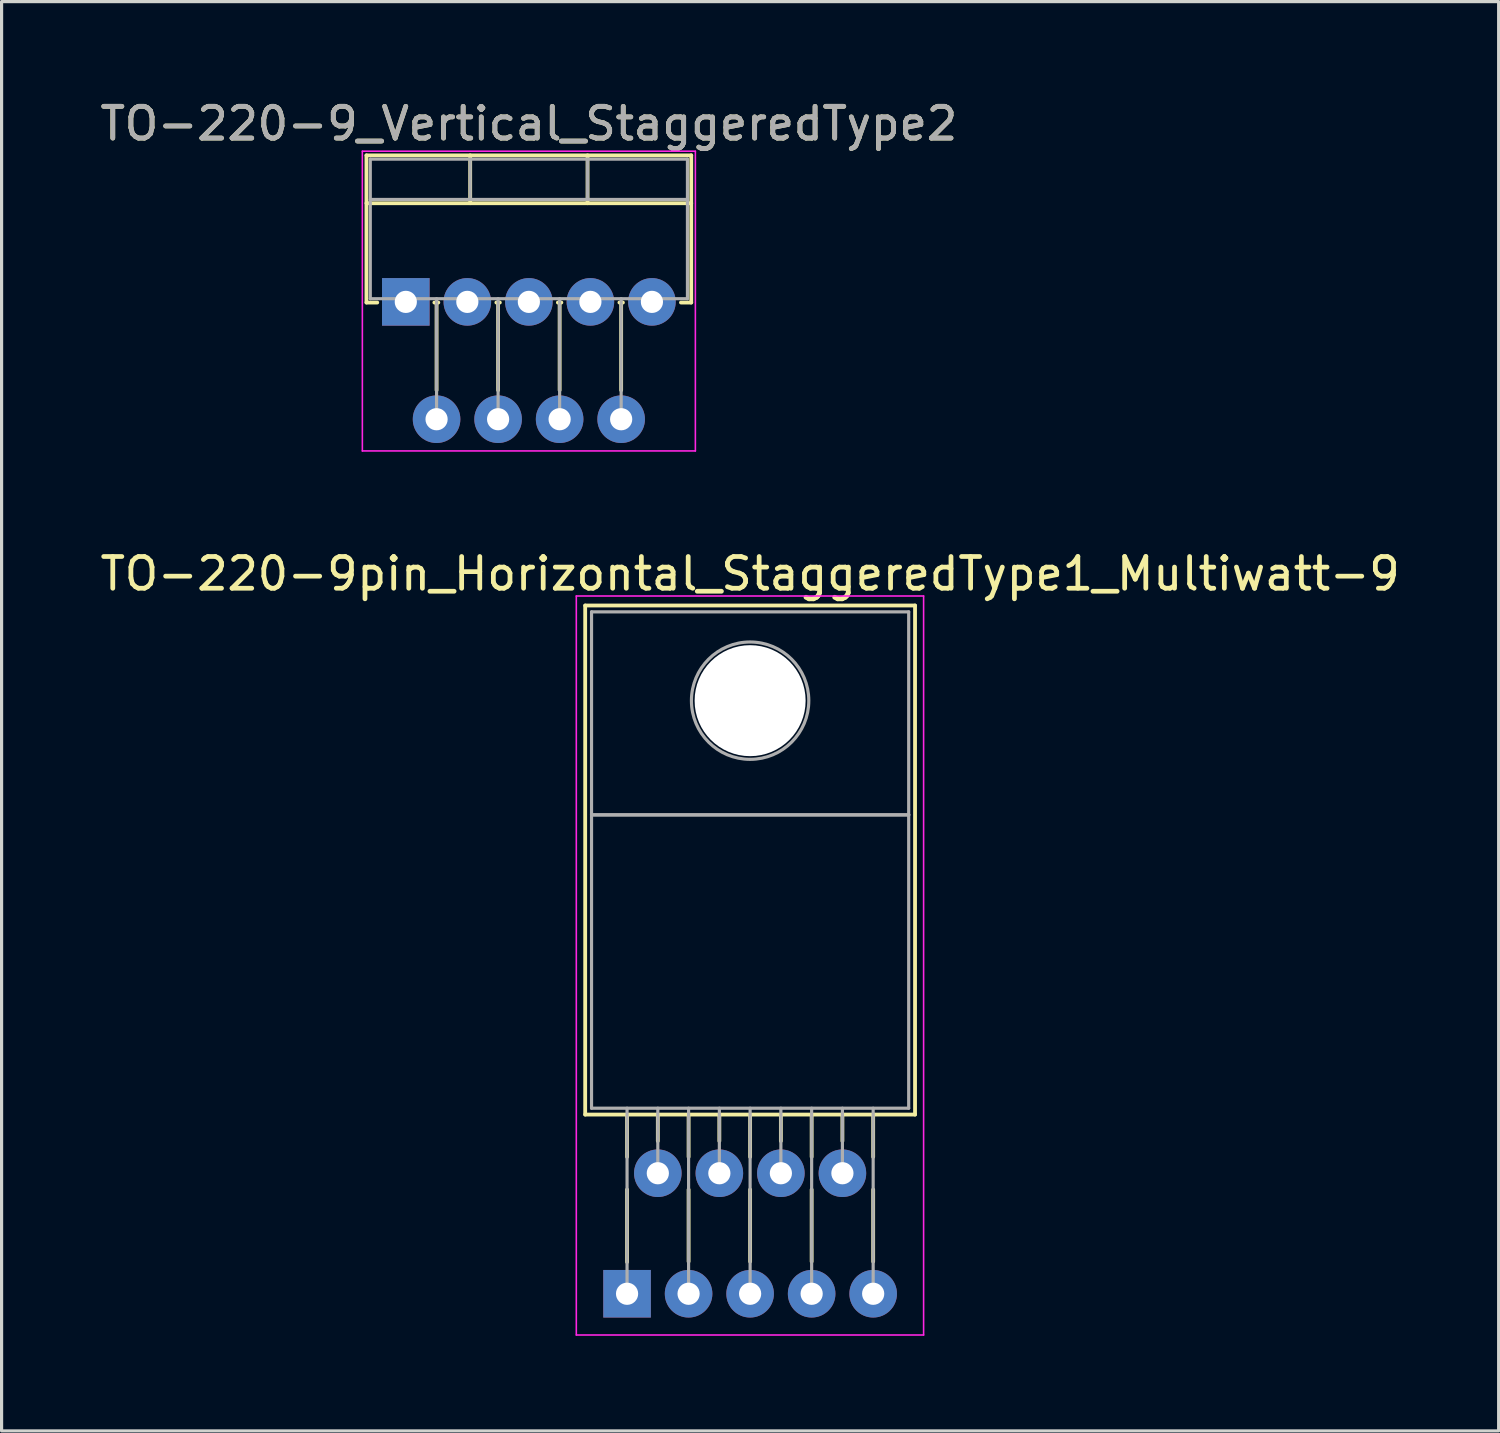
<source format=kicad_pcb>
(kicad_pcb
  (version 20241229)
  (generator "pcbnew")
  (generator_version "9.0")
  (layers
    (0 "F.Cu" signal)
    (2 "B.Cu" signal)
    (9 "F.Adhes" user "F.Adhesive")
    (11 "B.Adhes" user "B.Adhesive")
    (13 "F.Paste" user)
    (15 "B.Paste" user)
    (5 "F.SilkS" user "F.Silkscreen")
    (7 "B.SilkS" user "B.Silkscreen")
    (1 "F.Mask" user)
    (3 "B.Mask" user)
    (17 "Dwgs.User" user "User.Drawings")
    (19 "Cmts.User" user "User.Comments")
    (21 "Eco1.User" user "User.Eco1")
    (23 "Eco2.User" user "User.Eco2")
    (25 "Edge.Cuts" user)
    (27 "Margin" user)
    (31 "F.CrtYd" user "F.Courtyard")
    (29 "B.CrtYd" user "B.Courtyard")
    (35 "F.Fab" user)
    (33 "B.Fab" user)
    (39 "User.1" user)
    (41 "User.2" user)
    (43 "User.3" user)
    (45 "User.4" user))
  (footprint "TO-220-9pin_Horizontal_StaggeredType1_Multiwatt-9"
    (layer "F.Cu")
    (at 16.721 37.742)
    (property "Reference" "TO-220-9pin_Horizontal_StaggeredType1_Multiwatt-9" (at 3.88 -22.7 0) (layer "F.SilkS") (effects (font (size 1 1) (thickness 0.15))))
    (attr through_hole)
    (fp_line (start -1.32 -21.7) (end -1.32 -5.65) (stroke (width 0.12) (type solid)) (layer "F.SilkS"))
    (fp_line (start -1.32 -21.7) (end 9.08 -21.7) (stroke (width 0.12) (type solid)) (layer "F.SilkS"))
    (fp_line (start -1.32 -5.65) (end 9.08 -5.65) (stroke (width 0.12) (type solid)) (layer "F.SilkS"))
    (fp_line (start 0 -5.65) (end 0 -4.315) (stroke (width 0.12) (type solid)) (layer "F.SilkS"))
    (fp_line (start 0 -3.285) (end 0 -1) (stroke (width 0.12) (type solid)) (layer "F.SilkS"))
    (fp_line (start 0.97 -5.65) (end 0.97 -4.815) (stroke (width 0.12) (type solid)) (layer "F.SilkS"))
    (fp_line (start 1.94 -5.65) (end 1.94 -4.315) (stroke (width 0.12) (type solid)) (layer "F.SilkS"))
    (fp_line (start 1.94 -3.285) (end 1.94 -1.015) (stroke (width 0.12) (type solid)) (layer "F.SilkS"))
    (fp_line (start 2.91 -5.65) (end 2.91 -4.815) (stroke (width 0.12) (type solid)) (layer "F.SilkS"))
    (fp_line (start 3.88 -5.65) (end 3.88 -4.315) (stroke (width 0.12) (type solid)) (layer "F.SilkS"))
    (fp_line (start 3.88 -3.285) (end 3.88 -1.015) (stroke (width 0.12) (type solid)) (layer "F.SilkS"))
    (fp_line (start 4.85 -5.65) (end 4.85 -4.815) (stroke (width 0.12) (type solid)) (layer "F.SilkS"))
    (fp_line (start 5.82 -5.65) (end 5.82 -4.315) (stroke (width 0.12) (type solid)) (layer "F.SilkS"))
    (fp_line (start 5.82 -3.285) (end 5.82 -1.015) (stroke (width 0.12) (type solid)) (layer "F.SilkS"))
    (fp_line (start 6.79 -5.65) (end 6.79 -4.815) (stroke (width 0.12) (type solid)) (layer "F.SilkS"))
    (fp_line (start 7.76 -5.65) (end 7.76 -4.315) (stroke (width 0.12) (type solid)) (layer "F.SilkS"))
    (fp_line (start 7.76 -3.285) (end 7.76 -1.015) (stroke (width 0.12) (type solid)) (layer "F.SilkS"))
    (fp_line (start 9.08 -21.7) (end 9.08 -5.65) (stroke (width 0.12) (type solid)) (layer "F.SilkS"))
    (fp_line (start -1.6 -22) (end -1.6 1.3) (stroke (width 0.05) (type solid)) (layer "F.CrtYd"))
    (fp_line (start -1.6 1.3) (end 9.35 1.3) (stroke (width 0.05) (type solid)) (layer "F.CrtYd"))
    (fp_line (start 9.35 -22) (end -1.6 -22) (stroke (width 0.05) (type solid)) (layer "F.CrtYd"))
    (fp_line (start 9.35 1.3) (end 9.35 -22) (stroke (width 0.05) (type solid)) (layer "F.CrtYd"))
    (fp_line (start -1.12 -21.5) (end 8.88 -21.5) (stroke (width 0.1) (type solid)) (layer "F.Fab"))
    (fp_line (start -1.12 -15.1) (end -1.12 -21.5) (stroke (width 0.1) (type solid)) (layer "F.Fab"))
    (fp_line (start -1.12 -15.1) (end 8.88 -15.1) (stroke (width 0.1) (type solid)) (layer "F.Fab"))
    (fp_line (start -1.12 -5.85) (end -1.12 -15.1) (stroke (width 0.1) (type solid)) (layer "F.Fab"))
    (fp_line (start 0 -5.85) (end 0 0) (stroke (width 0.1) (type solid)) (layer "F.Fab"))
    (fp_line (start 0.97 -5.85) (end 0.97 -3.8) (stroke (width 0.1) (type solid)) (layer "F.Fab"))
    (fp_line (start 1.94 -5.85) (end 1.94 0) (stroke (width 0.1) (type solid)) (layer "F.Fab"))
    (fp_line (start 2.91 -5.85) (end 2.91 -3.8) (stroke (width 0.1) (type solid)) (layer "F.Fab"))
    (fp_line (start 3.88 -5.85) (end 3.88 0) (stroke (width 0.1) (type solid)) (layer "F.Fab"))
    (fp_line (start 4.85 -5.85) (end 4.85 -3.8) (stroke (width 0.1) (type solid)) (layer "F.Fab"))
    (fp_line (start 5.82 -5.85) (end 5.82 0) (stroke (width 0.1) (type solid)) (layer "F.Fab"))
    (fp_line (start 6.79 -5.85) (end 6.79 -3.8) (stroke (width 0.1) (type solid)) (layer "F.Fab"))
    (fp_line (start 7.76 -5.85) (end 7.76 0) (stroke (width 0.1) (type solid)) (layer "F.Fab"))
    (fp_line (start 8.88 -21.5) (end 8.88 -15.1) (stroke (width 0.1) (type solid)) (layer "F.Fab"))
    (fp_line (start 8.88 -15.1) (end -1.12 -15.1) (stroke (width 0.1) (type solid)) (layer "F.Fab"))
    (fp_line (start 8.88 -15.1) (end 8.88 -5.85) (stroke (width 0.1) (type solid)) (layer "F.Fab"))
    (fp_line (start 8.88 -5.85) (end -1.12 -5.85) (stroke (width 0.1) (type solid)) (layer "F.Fab"))
    (fp_circle (center 3.88 -18.7) (end 5.73 -18.7) (stroke (width 0.1) (type solid)) (fill no) (layer "F.Fab"))
    (pad "" np_thru_hole oval (at 3.88 -18.7) (size 3.5 3.5) (drill 3.5) (layers "*.Cu" "*.Mask"))
    (pad "1" thru_hole rect (at 0 0) (size 1.5 1.5) (drill 0.7) (layers "*.Cu" "*.Mask"))
    (pad "2" thru_hole oval (at 0.97 -3.8) (size 1.5 1.5) (drill 0.7) (layers "*.Cu" "*.Mask"))
    (pad "3" thru_hole oval (at 1.94 0) (size 1.5 1.5) (drill 0.7) (layers "*.Cu" "*.Mask"))
    (pad "4" thru_hole oval (at 2.91 -3.8) (size 1.5 1.5) (drill 0.7) (layers "*.Cu" "*.Mask"))
    (pad "5" thru_hole oval (at 3.88 0) (size 1.5 1.5) (drill 0.7) (layers "*.Cu" "*.Mask"))
    (pad "6" thru_hole oval (at 4.85 -3.8) (size 1.5 1.5) (drill 0.7) (layers "*.Cu" "*.Mask"))
    (pad "7" thru_hole oval (at 5.82 0) (size 1.5 1.5) (drill 0.7) (layers "*.Cu" "*.Mask"))
    (pad "8" thru_hole oval (at 6.79 -3.8) (size 1.5 1.5) (drill 0.7) (layers "*.Cu" "*.Mask"))
    (pad "9" thru_hole oval (at 7.76 0) (size 1.5 1.5) (drill 0.7) (layers "*.Cu" "*.Mask")))
  (footprint "TO-220-9_Vertical_StaggeredType2"
    (layer "F.Cu")
    (at 9.745 6.468)
    (property "Reference" "TO-220-9_Vertical_StaggeredType2" (at 3.88 -5.62 0) (layer "F.SilkS") (effects (font (size 1 1) (thickness 0.15))))
    (attr through_hole)
    (fp_line (start -1.241 -4.62) (end -1.241 0.021) (stroke (width 0.12) (type solid)) (layer "F.SilkS"))
    (fp_line (start -1.241 -4.62) (end 9 -4.62) (stroke (width 0.12) (type solid)) (layer "F.SilkS"))
    (fp_line (start -1.241 -3.111) (end 9 -3.111) (stroke (width 0.12) (type solid)) (layer "F.SilkS"))
    (fp_line (start -1.241 0.021) (end -0.9 0.021) (stroke (width 0.12) (type solid)) (layer "F.SilkS"))
    (fp_line (start 0.9 0.021) (end 1.025 0.021) (stroke (width 0.12) (type solid)) (layer "F.SilkS"))
    (fp_line (start 0.97 0.021) (end 0.97 2.785) (stroke (width 0.12) (type solid)) (layer "F.SilkS"))
    (fp_line (start 2.03 -4.62) (end 2.03 -3.111) (stroke (width 0.12) (type solid)) (layer "F.SilkS"))
    (fp_line (start 2.855 0.021) (end 2.965 0.021) (stroke (width 0.12) (type solid)) (layer "F.SilkS"))
    (fp_line (start 2.91 0.021) (end 2.91 2.785) (stroke (width 0.12) (type solid)) (layer "F.SilkS"))
    (fp_line (start 4.795 0.021) (end 4.905 0.021) (stroke (width 0.12) (type solid)) (layer "F.SilkS"))
    (fp_line (start 4.85 0.021) (end 4.85 2.785) (stroke (width 0.12) (type solid)) (layer "F.SilkS"))
    (fp_line (start 5.73 -4.62) (end 5.73 -3.111) (stroke (width 0.12) (type solid)) (layer "F.SilkS"))
    (fp_line (start 6.735 0.021) (end 6.845 0.021) (stroke (width 0.12) (type solid)) (layer "F.SilkS"))
    (fp_line (start 6.79 0.021) (end 6.79 2.785) (stroke (width 0.12) (type solid)) (layer "F.SilkS"))
    (fp_line (start 8.675 0.021) (end 9 0.021) (stroke (width 0.12) (type solid)) (layer "F.SilkS"))
    (fp_line (start 9 -4.62) (end 9 0.021) (stroke (width 0.12) (type solid)) (layer "F.SilkS"))
    (fp_line (start -1.37 -4.75) (end -1.37 4.7) (stroke (width 0.05) (type solid)) (layer "F.CrtYd"))
    (fp_line (start -1.37 4.7) (end 9.13 4.7) (stroke (width 0.05) (type solid)) (layer "F.CrtYd"))
    (fp_line (start 9.13 -4.75) (end -1.37 -4.75) (stroke (width 0.05) (type solid)) (layer "F.CrtYd"))
    (fp_line (start 9.13 4.7) (end 9.13 -4.75) (stroke (width 0.05) (type solid)) (layer "F.CrtYd"))
    (fp_line (start -1.12 -4.5) (end -1.12 -0.1) (stroke (width 0.1) (type solid)) (layer "F.Fab"))
    (fp_line (start -1.12 -3.23) (end 8.88 -3.23) (stroke (width 0.1) (type solid)) (layer "F.Fab"))
    (fp_line (start -1.12 -0.1) (end 8.88 -0.1) (stroke (width 0.1) (type solid)) (layer "F.Fab"))
    (fp_line (start 0 -0.1) (end 0 0) (stroke (width 0.1) (type solid)) (layer "F.Fab"))
    (fp_line (start 0.97 -0.1) (end 0.97 3.7) (stroke (width 0.1) (type solid)) (layer "F.Fab"))
    (fp_line (start 1.94 -0.1) (end 1.94 0) (stroke (width 0.1) (type solid)) (layer "F.Fab"))
    (fp_line (start 2.03 -4.5) (end 2.03 -3.23) (stroke (width 0.1) (type solid)) (layer "F.Fab"))
    (fp_line (start 2.91 -0.1) (end 2.91 3.7) (stroke (width 0.1) (type solid)) (layer "F.Fab"))
    (fp_line (start 3.88 -0.1) (end 3.88 0) (stroke (width 0.1) (type solid)) (layer "F.Fab"))
    (fp_line (start 4.85 -0.1) (end 4.85 3.7) (stroke (width 0.1) (type solid)) (layer "F.Fab"))
    (fp_line (start 5.73 -4.5) (end 5.73 -3.23) (stroke (width 0.1) (type solid)) (layer "F.Fab"))
    (fp_line (start 5.82 -0.1) (end 5.82 0) (stroke (width 0.1) (type solid)) (layer "F.Fab"))
    (fp_line (start 6.79 -0.1) (end 6.79 3.7) (stroke (width 0.1) (type solid)) (layer "F.Fab"))
    (fp_line (start 7.76 -0.1) (end 7.76 0) (stroke (width 0.1) (type solid)) (layer "F.Fab"))
    (fp_line (start 8.88 -4.5) (end -1.12 -4.5) (stroke (width 0.1) (type solid)) (layer "F.Fab"))
    (fp_line (start 8.88 -0.1) (end 8.88 -4.5) (stroke (width 0.1) (type solid)) (layer "F.Fab"))
    (fp_text user "${REFERENCE}" (at 3.88 -5.62 0) (layer "F.Fab") (effects (font (size 1 1) (thickness 0.15))))
    (pad "1" thru_hole rect (at 0 0) (size 1.5 1.5) (drill 0.7) (layers "*.Cu" "*.Mask"))
    (pad "2" thru_hole oval (at 0.97 3.7) (size 1.5 1.5) (drill 0.7) (layers "*.Cu" "*.Mask"))
    (pad "3" thru_hole oval (at 1.94 0) (size 1.5 1.5) (drill 0.7) (layers "*.Cu" "*.Mask"))
    (pad "4" thru_hole oval (at 2.91 3.7) (size 1.5 1.5) (drill 0.7) (layers "*.Cu" "*.Mask"))
    (pad "5" thru_hole oval (at 3.88 0) (size 1.5 1.5) (drill 0.7) (layers "*.Cu" "*.Mask"))
    (pad "6" thru_hole oval (at 4.85 3.7) (size 1.5 1.5) (drill 0.7) (layers "*.Cu" "*.Mask"))
    (pad "7" thru_hole oval (at 5.82 0) (size 1.5 1.5) (drill 0.7) (layers "*.Cu" "*.Mask"))
    (pad "8" thru_hole oval (at 6.79 3.7) (size 1.5 1.5) (drill 0.7) (layers "*.Cu" "*.Mask"))
    (pad "9" thru_hole oval (at 7.76 0) (size 1.5 1.5) (drill 0.7) (layers "*.Cu" "*.Mask")))
  (gr_rect
    (start -3 -3)
    (end 44.202 42.066)
    (stroke (width 0.1) (type default))
    (fill no)
    (layer "Edge.Cuts")))
</source>
